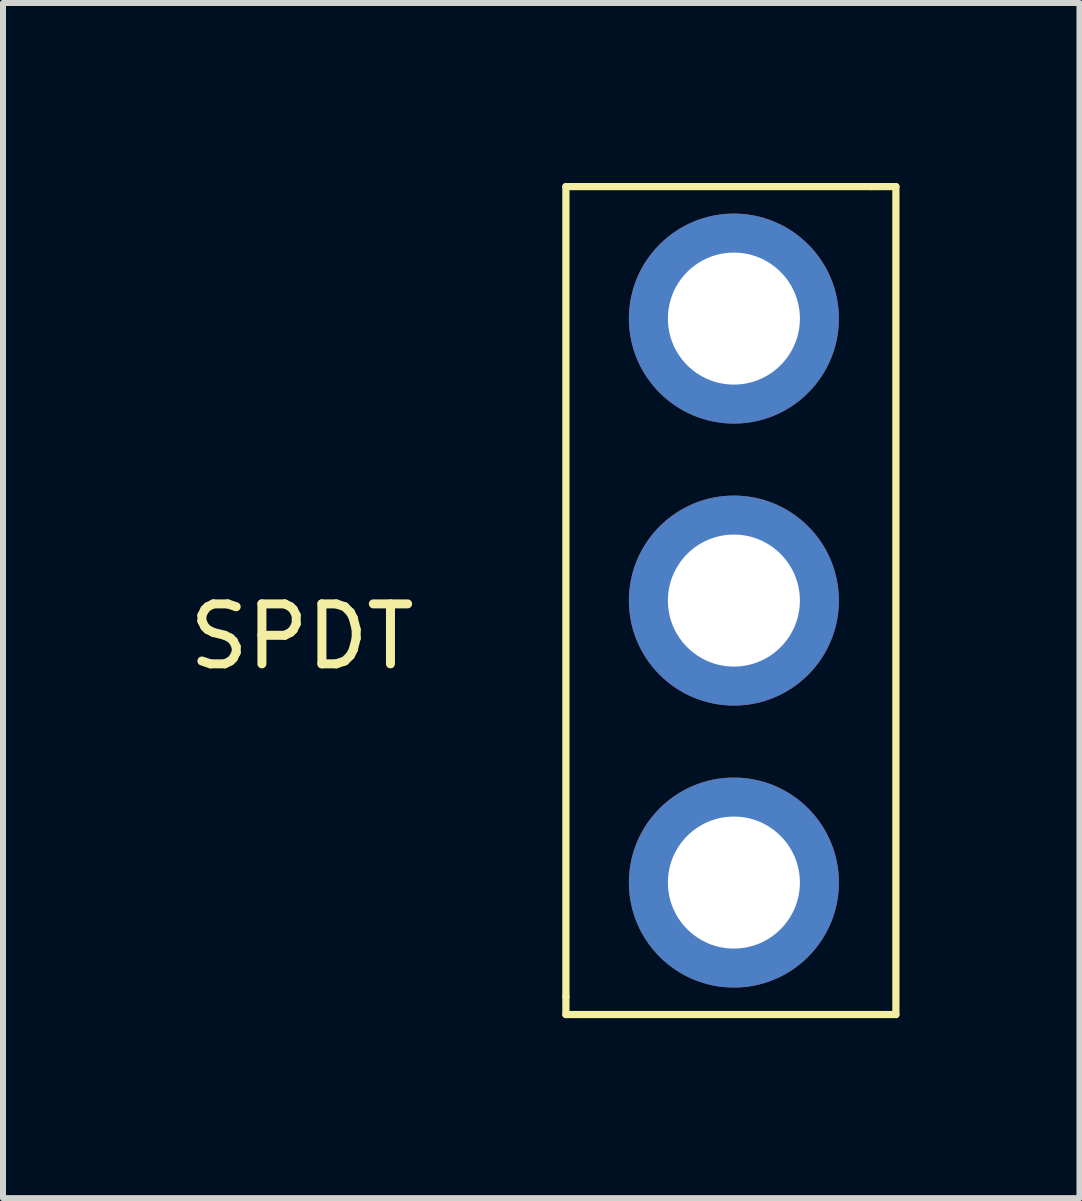
<source format=kicad_pcb>
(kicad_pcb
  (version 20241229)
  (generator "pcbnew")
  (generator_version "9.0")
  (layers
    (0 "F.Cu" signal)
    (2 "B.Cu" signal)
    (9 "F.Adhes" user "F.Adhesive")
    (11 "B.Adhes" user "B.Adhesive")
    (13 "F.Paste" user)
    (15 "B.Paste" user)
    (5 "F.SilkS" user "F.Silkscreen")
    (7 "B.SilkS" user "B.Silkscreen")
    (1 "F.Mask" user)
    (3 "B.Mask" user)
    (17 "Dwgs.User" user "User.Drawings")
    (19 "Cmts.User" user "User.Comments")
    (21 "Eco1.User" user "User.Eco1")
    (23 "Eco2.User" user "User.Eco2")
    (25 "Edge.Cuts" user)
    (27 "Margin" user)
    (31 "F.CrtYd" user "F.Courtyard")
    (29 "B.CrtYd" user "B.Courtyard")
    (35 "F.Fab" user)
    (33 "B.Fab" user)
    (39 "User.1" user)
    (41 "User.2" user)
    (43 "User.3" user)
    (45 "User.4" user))
  (footprint "SPDT"
    (layer "F.Cu")
    (at 9.182 11.66)
    (property "Reference" "SPDT" (at -7.2 -4.1 0) (layer "F.SilkS") (effects (font (size 1 1) (thickness 0.15))))
    (attr through_hole)
    (fp_line (start -2.8 -11.6) (end 2.3 -11.6) (stroke (width 0.12) (type solid)) (layer "F.SilkS"))
    (fp_line (start -2.8 1.9) (end -2.8 -11.6) (stroke (width 0.12) (type solid)) (layer "F.SilkS"))
    (fp_line (start -2.8 2.2) (end -2.8 1.9) (stroke (width 0.12) (type solid)) (layer "F.SilkS"))
    (fp_line (start 2.3 -11.6) (end 2.7 -11.6) (stroke (width 0.12) (type solid)) (layer "F.SilkS"))
    (fp_line (start 2.7 -11.6) (end 2.7 2.2) (stroke (width 0.12) (type solid)) (layer "F.SilkS"))
    (fp_line (start 2.7 2.2) (end -2.8 2.2) (stroke (width 0.12) (type solid)) (layer "F.SilkS"))
    (pad "1" thru_hole circle (at 0 0) (size 3.5 3.5) (drill 2.2) (layers "*.Cu" "*.Mask"))
    (pad "2" thru_hole circle (at 0 -4.7) (size 3.5 3.5) (drill 2.2) (layers "*.Cu" "*.Mask"))
    (pad "3" thru_hole circle (at 0 -9.4) (size 3.5 3.5) (drill 2.2) (layers "*.Cu" "*.Mask")))
  (gr_rect
    (start -3 -3)
    (end 14.942 16.92)
    (stroke (width 0.1) (type default))
    (fill no)
    (layer "Edge.Cuts")))
</source>
